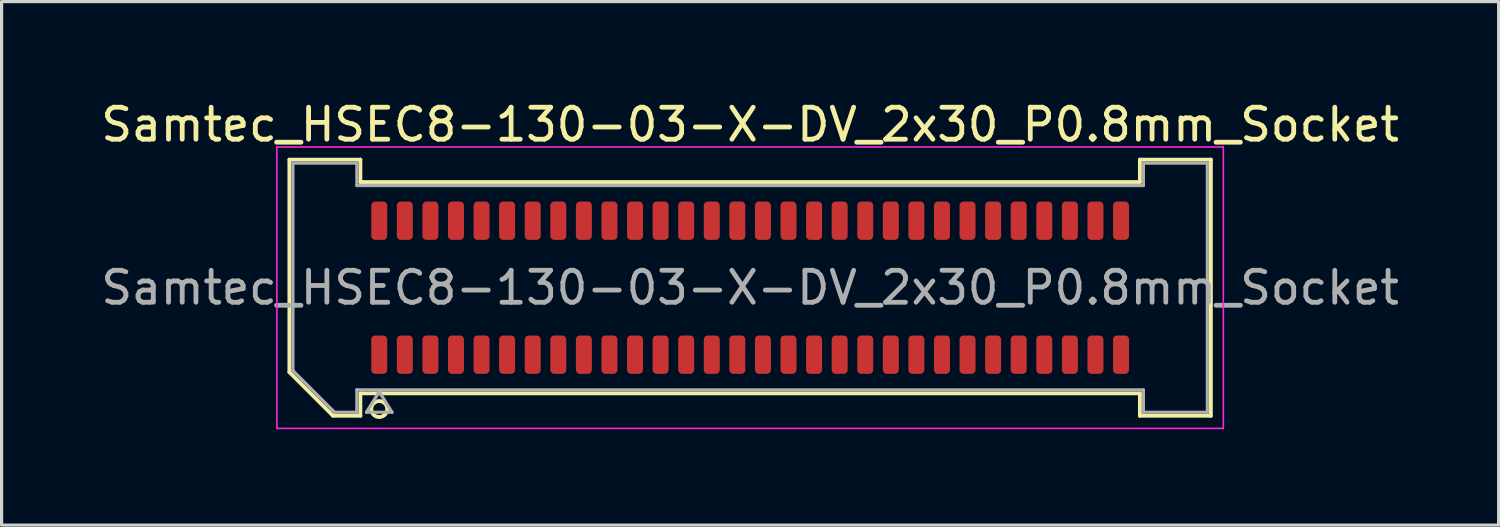
<source format=kicad_pcb>
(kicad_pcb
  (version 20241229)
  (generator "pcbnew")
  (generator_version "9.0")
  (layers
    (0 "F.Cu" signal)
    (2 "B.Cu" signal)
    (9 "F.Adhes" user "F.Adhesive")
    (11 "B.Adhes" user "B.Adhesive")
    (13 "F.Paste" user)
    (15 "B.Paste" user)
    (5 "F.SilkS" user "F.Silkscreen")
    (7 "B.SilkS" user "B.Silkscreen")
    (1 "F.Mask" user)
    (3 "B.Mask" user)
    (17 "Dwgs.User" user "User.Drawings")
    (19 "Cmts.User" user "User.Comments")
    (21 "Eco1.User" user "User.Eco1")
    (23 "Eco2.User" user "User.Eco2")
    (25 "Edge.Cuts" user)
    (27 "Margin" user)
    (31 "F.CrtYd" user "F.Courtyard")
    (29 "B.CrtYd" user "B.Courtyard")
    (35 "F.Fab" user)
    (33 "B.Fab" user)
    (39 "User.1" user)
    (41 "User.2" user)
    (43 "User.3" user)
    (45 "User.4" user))
  (footprint "Samtec_HSEC8-130-03-X-DV_2x30_P0.8mm_Socket"
    (layer "F.Cu")
    (at 20.411 5.948)
    (property "Reference" "Samtec_HSEC8-130-03-X-DV_2x30_P0.8mm_Socket" (at 0 -5.1 0) (layer "F.SilkS") (effects (font (size 1 1) (thickness 0.15))))
    (attr smd)
    (fp_line (start -14.41 -4.005) (end -12.19 -4.005) (stroke (width 0.12) (type solid)) (layer "F.SilkS"))
    (fp_line (start -14.41 2.641) (end -14.41 -4.005) (stroke (width 0.12) (type solid)) (layer "F.SilkS"))
    (fp_line (start -13.046 4.005) (end -14.41 2.641) (stroke (width 0.12) (type solid)) (layer "F.SilkS"))
    (fp_line (start -12.19 -4.005) (end -12.19 -3.305) (stroke (width 0.12) (type solid)) (layer "F.SilkS"))
    (fp_line (start -12.19 -3.305) (end 12.19 -3.305) (stroke (width 0.12) (type solid)) (layer "F.SilkS"))
    (fp_line (start -12.19 3.305) (end -12.19 4.005) (stroke (width 0.12) (type solid)) (layer "F.SilkS"))
    (fp_line (start -12.19 4.005) (end -13.046 4.005) (stroke (width 0.12) (type solid)) (layer "F.SilkS"))
    (fp_line (start 12.19 -4.005) (end 14.41 -4.005) (stroke (width 0.12) (type solid)) (layer "F.SilkS"))
    (fp_line (start 12.19 -3.305) (end 12.19 -4.005) (stroke (width 0.12) (type solid)) (layer "F.SilkS"))
    (fp_line (start 12.19 3.305) (end -12.19 3.305) (stroke (width 0.12) (type solid)) (layer "F.SilkS"))
    (fp_line (start 12.19 4.005) (end 12.19 3.305) (stroke (width 0.12) (type solid)) (layer "F.SilkS"))
    (fp_line (start 14.41 -4.005) (end 14.41 4.005) (stroke (width 0.12) (type solid)) (layer "F.SilkS"))
    (fp_line (start 14.41 4.005) (end 12.19 4.005) (stroke (width 0.12) (type solid)) (layer "F.SilkS"))
    (fp_circle (center -11.6 3.795) (end -11.35 3.795) (stroke (width 0.12) (type solid)) (fill no) (layer "F.SilkS"))
    (fp_line (start -14.8 -4.4) (end -14.8 4.4) (stroke (width 0.05) (type solid)) (layer "F.CrtYd"))
    (fp_line (start -14.8 4.4) (end 14.8 4.4) (stroke (width 0.05) (type solid)) (layer "F.CrtYd"))
    (fp_line (start 14.8 -4.4) (end -14.8 -4.4) (stroke (width 0.05) (type solid)) (layer "F.CrtYd"))
    (fp_line (start 14.8 4.4) (end 14.8 -4.4) (stroke (width 0.05) (type solid)) (layer "F.CrtYd"))
    (fp_line (start -14.3 -3.895) (end -12.3 -3.895) (stroke (width 0.1) (type solid)) (layer "F.Fab"))
    (fp_line (start -14.3 2.595) (end -14.3 -3.895) (stroke (width 0.1) (type solid)) (layer "F.Fab"))
    (fp_line (start -13 3.895) (end -14.3 2.595) (stroke (width 0.1) (type solid)) (layer "F.Fab"))
    (fp_line (start -12.3 -3.895) (end -12.3 -3.195) (stroke (width 0.1) (type solid)) (layer "F.Fab"))
    (fp_line (start -12.3 -3.195) (end 12.3 -3.195) (stroke (width 0.1) (type solid)) (layer "F.Fab"))
    (fp_line (start -12.3 3.195) (end -12.3 3.895) (stroke (width 0.1) (type solid)) (layer "F.Fab"))
    (fp_line (start -12.3 3.895) (end -13 3.895) (stroke (width 0.1) (type solid)) (layer "F.Fab"))
    (fp_line (start -12 3.895) (end -11.6 3.255) (stroke (width 0.1) (type solid)) (layer "F.Fab"))
    (fp_line (start -11.6 3.255) (end -11.2 3.895) (stroke (width 0.1) (type solid)) (layer "F.Fab"))
    (fp_line (start -11.2 3.895) (end -12 3.895) (stroke (width 0.1) (type solid)) (layer "F.Fab"))
    (fp_line (start 12.3 -3.895) (end 14.3 -3.895) (stroke (width 0.1) (type solid)) (layer "F.Fab"))
    (fp_line (start 12.3 -3.195) (end 12.3 -3.895) (stroke (width 0.1) (type solid)) (layer "F.Fab"))
    (fp_line (start 12.3 3.195) (end -12.3 3.195) (stroke (width 0.1) (type solid)) (layer "F.Fab"))
    (fp_line (start 12.3 3.895) (end 12.3 3.195) (stroke (width 0.1) (type solid)) (layer "F.Fab"))
    (fp_line (start 14.3 -3.895) (end 14.3 3.895) (stroke (width 0.1) (type solid)) (layer "F.Fab"))
    (fp_line (start 14.3 3.895) (end 12.3 3.895) (stroke (width 0.1) (type solid)) (layer "F.Fab"))
    (fp_text user "${REFERENCE}" (at 0 0 0) (layer "F.Fab") (effects (font (size 1 1) (thickness 0.15))))
    (pad "1" smd roundrect (at -11.6 2.095) (size 0.5 1.2) (layers "F.Cu" "F.Mask" "F.Paste") (roundrect_rratio 0.25))
    (pad "2" smd roundrect (at -11.6 -2.095) (size 0.5 1.2) (layers "F.Cu" "F.Mask" "F.Paste") (roundrect_rratio 0.25))
    (pad "3" smd roundrect (at -10.8 2.095) (size 0.5 1.2) (layers "F.Cu" "F.Mask" "F.Paste") (roundrect_rratio 0.25))
    (pad "4" smd roundrect (at -10.8 -2.095) (size 0.5 1.2) (layers "F.Cu" "F.Mask" "F.Paste") (roundrect_rratio 0.25))
    (pad "5" smd roundrect (at -10 2.095) (size 0.5 1.2) (layers "F.Cu" "F.Mask" "F.Paste") (roundrect_rratio 0.25))
    (pad "6" smd roundrect (at -10 -2.095) (size 0.5 1.2) (layers "F.Cu" "F.Mask" "F.Paste") (roundrect_rratio 0.25))
    (pad "7" smd roundrect (at -9.2 2.095) (size 0.5 1.2) (layers "F.Cu" "F.Mask" "F.Paste") (roundrect_rratio 0.25))
    (pad "8" smd roundrect (at -9.2 -2.095) (size 0.5 1.2) (layers "F.Cu" "F.Mask" "F.Paste") (roundrect_rratio 0.25))
    (pad "9" smd roundrect (at -8.4 2.095) (size 0.5 1.2) (layers "F.Cu" "F.Mask" "F.Paste") (roundrect_rratio 0.25))
    (pad "10" smd roundrect (at -8.4 -2.095) (size 0.5 1.2) (layers "F.Cu" "F.Mask" "F.Paste") (roundrect_rratio 0.25))
    (pad "11" smd roundrect (at -7.6 2.095) (size 0.5 1.2) (layers "F.Cu" "F.Mask" "F.Paste") (roundrect_rratio 0.25))
    (pad "12" smd roundrect (at -7.6 -2.095) (size 0.5 1.2) (layers "F.Cu" "F.Mask" "F.Paste") (roundrect_rratio 0.25))
    (pad "13" smd roundrect (at -6.8 2.095) (size 0.5 1.2) (layers "F.Cu" "F.Mask" "F.Paste") (roundrect_rratio 0.25))
    (pad "14" smd roundrect (at -6.8 -2.095) (size 0.5 1.2) (layers "F.Cu" "F.Mask" "F.Paste") (roundrect_rratio 0.25))
    (pad "15" smd roundrect (at -6 2.095) (size 0.5 1.2) (layers "F.Cu" "F.Mask" "F.Paste") (roundrect_rratio 0.25))
    (pad "16" smd roundrect (at -6 -2.095) (size 0.5 1.2) (layers "F.Cu" "F.Mask" "F.Paste") (roundrect_rratio 0.25))
    (pad "17" smd roundrect (at -5.2 2.095) (size 0.5 1.2) (layers "F.Cu" "F.Mask" "F.Paste") (roundrect_rratio 0.25))
    (pad "18" smd roundrect (at -5.2 -2.095) (size 0.5 1.2) (layers "F.Cu" "F.Mask" "F.Paste") (roundrect_rratio 0.25))
    (pad "19" smd roundrect (at -4.4 2.095) (size 0.5 1.2) (layers "F.Cu" "F.Mask" "F.Paste") (roundrect_rratio 0.25))
    (pad "20" smd roundrect (at -4.4 -2.095) (size 0.5 1.2) (layers "F.Cu" "F.Mask" "F.Paste") (roundrect_rratio 0.25))
    (pad "21" smd roundrect (at -3.6 2.095) (size 0.5 1.2) (layers "F.Cu" "F.Mask" "F.Paste") (roundrect_rratio 0.25))
    (pad "22" smd roundrect (at -3.6 -2.095) (size 0.5 1.2) (layers "F.Cu" "F.Mask" "F.Paste") (roundrect_rratio 0.25))
    (pad "23" smd roundrect (at -2.8 2.095) (size 0.5 1.2) (layers "F.Cu" "F.Mask" "F.Paste") (roundrect_rratio 0.25))
    (pad "24" smd roundrect (at -2.8 -2.095) (size 0.5 1.2) (layers "F.Cu" "F.Mask" "F.Paste") (roundrect_rratio 0.25))
    (pad "25" smd roundrect (at -2 2.095) (size 0.5 1.2) (layers "F.Cu" "F.Mask" "F.Paste") (roundrect_rratio 0.25))
    (pad "26" smd roundrect (at -2 -2.095) (size 0.5 1.2) (layers "F.Cu" "F.Mask" "F.Paste") (roundrect_rratio 0.25))
    (pad "27" smd roundrect (at -1.2 2.095) (size 0.5 1.2) (layers "F.Cu" "F.Mask" "F.Paste") (roundrect_rratio 0.25))
    (pad "28" smd roundrect (at -1.2 -2.095) (size 0.5 1.2) (layers "F.Cu" "F.Mask" "F.Paste") (roundrect_rratio 0.25))
    (pad "29" smd roundrect (at -0.4 2.095) (size 0.5 1.2) (layers "F.Cu" "F.Mask" "F.Paste") (roundrect_rratio 0.25))
    (pad "30" smd roundrect (at -0.4 -2.095) (size 0.5 1.2) (layers "F.Cu" "F.Mask" "F.Paste") (roundrect_rratio 0.25))
    (pad "31" smd roundrect (at 0.4 2.095) (size 0.5 1.2) (layers "F.Cu" "F.Mask" "F.Paste") (roundrect_rratio 0.25))
    (pad "32" smd roundrect (at 0.4 -2.095) (size 0.5 1.2) (layers "F.Cu" "F.Mask" "F.Paste") (roundrect_rratio 0.25))
    (pad "33" smd roundrect (at 1.2 2.095) (size 0.5 1.2) (layers "F.Cu" "F.Mask" "F.Paste") (roundrect_rratio 0.25))
    (pad "34" smd roundrect (at 1.2 -2.095) (size 0.5 1.2) (layers "F.Cu" "F.Mask" "F.Paste") (roundrect_rratio 0.25))
    (pad "35" smd roundrect (at 2 2.095) (size 0.5 1.2) (layers "F.Cu" "F.Mask" "F.Paste") (roundrect_rratio 0.25))
    (pad "36" smd roundrect (at 2 -2.095) (size 0.5 1.2) (layers "F.Cu" "F.Mask" "F.Paste") (roundrect_rratio 0.25))
    (pad "37" smd roundrect (at 2.8 2.095) (size 0.5 1.2) (layers "F.Cu" "F.Mask" "F.Paste") (roundrect_rratio 0.25))
    (pad "38" smd roundrect (at 2.8 -2.095) (size 0.5 1.2) (layers "F.Cu" "F.Mask" "F.Paste") (roundrect_rratio 0.25))
    (pad "39" smd roundrect (at 3.6 2.095) (size 0.5 1.2) (layers "F.Cu" "F.Mask" "F.Paste") (roundrect_rratio 0.25))
    (pad "40" smd roundrect (at 3.6 -2.095) (size 0.5 1.2) (layers "F.Cu" "F.Mask" "F.Paste") (roundrect_rratio 0.25))
    (pad "41" smd roundrect (at 4.4 2.095) (size 0.5 1.2) (layers "F.Cu" "F.Mask" "F.Paste") (roundrect_rratio 0.25))
    (pad "42" smd roundrect (at 4.4 -2.095) (size 0.5 1.2) (layers "F.Cu" "F.Mask" "F.Paste") (roundrect_rratio 0.25))
    (pad "43" smd roundrect (at 5.2 2.095) (size 0.5 1.2) (layers "F.Cu" "F.Mask" "F.Paste") (roundrect_rratio 0.25))
    (pad "44" smd roundrect (at 5.2 -2.095) (size 0.5 1.2) (layers "F.Cu" "F.Mask" "F.Paste") (roundrect_rratio 0.25))
    (pad "45" smd roundrect (at 6 2.095) (size 0.5 1.2) (layers "F.Cu" "F.Mask" "F.Paste") (roundrect_rratio 0.25))
    (pad "46" smd roundrect (at 6 -2.095) (size 0.5 1.2) (layers "F.Cu" "F.Mask" "F.Paste") (roundrect_rratio 0.25))
    (pad "47" smd roundrect (at 6.8 2.095) (size 0.5 1.2) (layers "F.Cu" "F.Mask" "F.Paste") (roundrect_rratio 0.25))
    (pad "48" smd roundrect (at 6.8 -2.095) (size 0.5 1.2) (layers "F.Cu" "F.Mask" "F.Paste") (roundrect_rratio 0.25))
    (pad "49" smd roundrect (at 7.6 2.095) (size 0.5 1.2) (layers "F.Cu" "F.Mask" "F.Paste") (roundrect_rratio 0.25))
    (pad "50" smd roundrect (at 7.6 -2.095) (size 0.5 1.2) (layers "F.Cu" "F.Mask" "F.Paste") (roundrect_rratio 0.25))
    (pad "51" smd roundrect (at 8.4 2.095) (size 0.5 1.2) (layers "F.Cu" "F.Mask" "F.Paste") (roundrect_rratio 0.25))
    (pad "52" smd roundrect (at 8.4 -2.095) (size 0.5 1.2) (layers "F.Cu" "F.Mask" "F.Paste") (roundrect_rratio 0.25))
    (pad "53" smd roundrect (at 9.2 2.095) (size 0.5 1.2) (layers "F.Cu" "F.Mask" "F.Paste") (roundrect_rratio 0.25))
    (pad "54" smd roundrect (at 9.2 -2.095) (size 0.5 1.2) (layers "F.Cu" "F.Mask" "F.Paste") (roundrect_rratio 0.25))
    (pad "55" smd roundrect (at 10 2.095) (size 0.5 1.2) (layers "F.Cu" "F.Mask" "F.Paste") (roundrect_rratio 0.25))
    (pad "56" smd roundrect (at 10 -2.095) (size 0.5 1.2) (layers "F.Cu" "F.Mask" "F.Paste") (roundrect_rratio 0.25))
    (pad "57" smd roundrect (at 10.8 2.095) (size 0.5 1.2) (layers "F.Cu" "F.Mask" "F.Paste") (roundrect_rratio 0.25))
    (pad "58" smd roundrect (at 10.8 -2.095) (size 0.5 1.2) (layers "F.Cu" "F.Mask" "F.Paste") (roundrect_rratio 0.25))
    (pad "59" smd roundrect (at 11.6 2.095) (size 0.5 1.2) (layers "F.Cu" "F.Mask" "F.Paste") (roundrect_rratio 0.25))
    (pad "60" smd roundrect (at 11.6 -2.095) (size 0.5 1.2) (layers "F.Cu" "F.Mask" "F.Paste") (roundrect_rratio 0.25)))
  (gr_rect
    (start -3 -3)
    (end 43.821 13.373)
    (stroke (width 0.1) (type default))
    (fill no)
    (layer "Edge.Cuts")))
</source>
